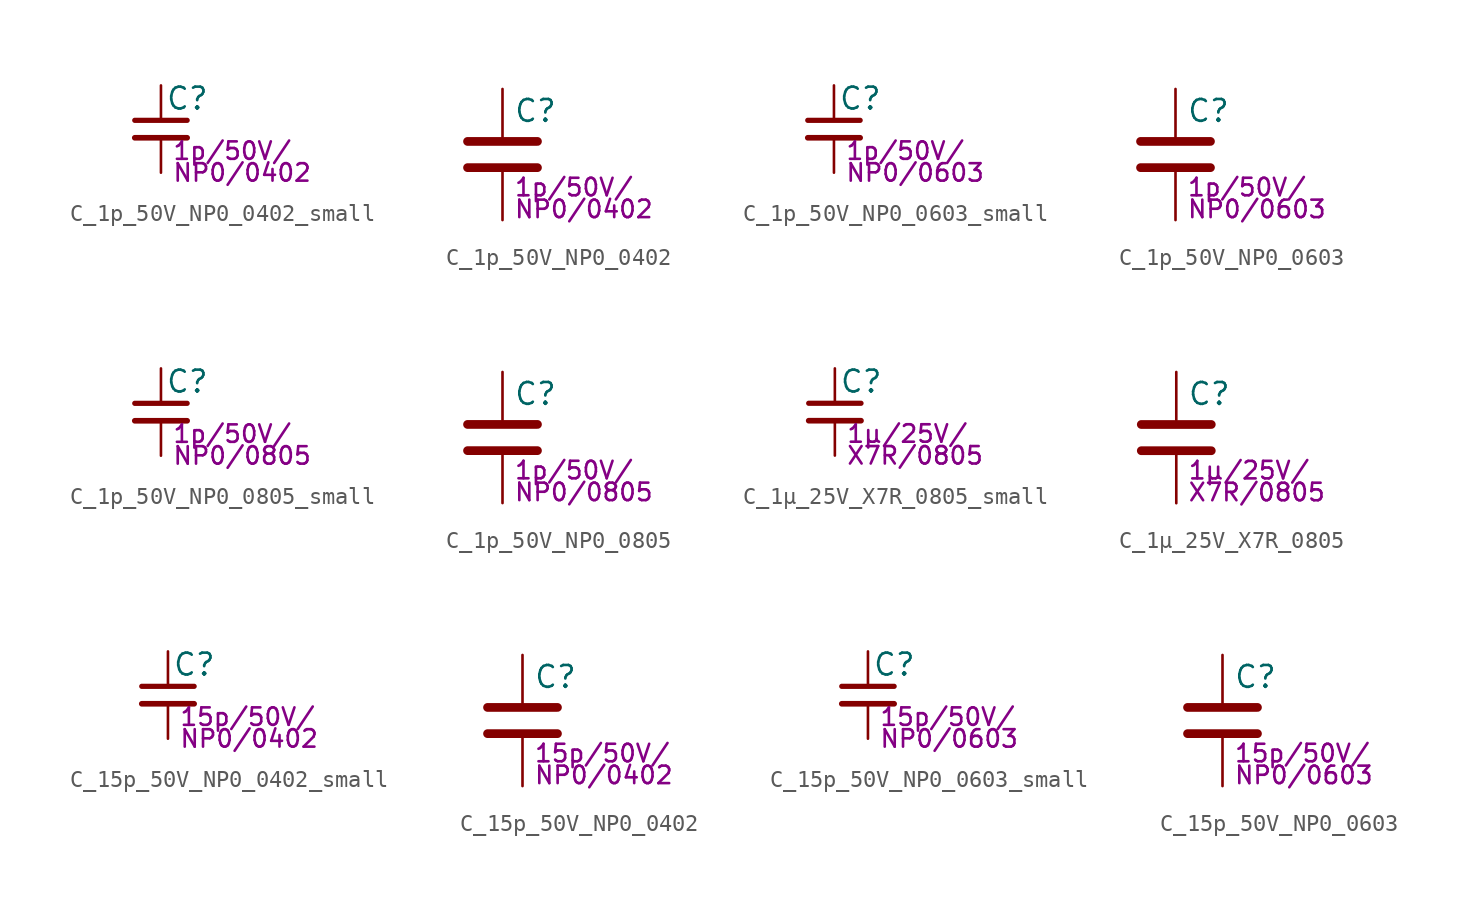
<source format=kicad_sym>
(kicad_symbol_lib
  (version 20211014)
  (generator kicad_symbol_editor)
  (symbol "C_1p_50V_NP0_0402_small"
    (pin_numbers hide)
    (pin_names
      (offset 0.254) hide)
    (property "Reference" "C"
      (at 0.254 1.778 0)
      (effects (font (size 1.27 1.27)) (justify left)))
    (property "Params" "1p/50V/"
      (at 0.635 -1.27 0)
      (effects (font (size 1.016 1.016)) (justify left)))
    (property "Params2" "NP0/0402"
      (at 0.635 -2.54 0)
      (effects (font (size 1.016 1.016)) (justify left)))
    (symbol "C_1p_50V_NP0_0402_small_0_1"
      (polyline (pts (xy -1.524 -0.508) (xy 1.524 -0.508)) (stroke (width 0.33) (type default) (color 0 0 0 0)) (fill (type none)))
      (polyline (pts (xy -1.524 0.508) (xy 1.524 0.508)) (stroke (width 0.305) (type default) (color 0 0 0 0)) (fill (type none))))
    (symbol "C_1p_50V_NP0_0402_small_1_1"
      (pin passive line (at 0 2.54 270) (length 2.032) (name "~" (effects (font (size 1.27 1.27)))) (number "1" (effects (font (size 1.27 1.27)))))
      (pin passive line (at 0 -2.54 90) (length 2.032) (name "~" (effects (font (size 1.27 1.27)))) (number "2" (effects (font (size 1.27 1.27)))))))
  (symbol "C_1p_50V_NP0_0402"
    (pin_numbers hide)
    (pin_names
      (offset 0.254))
    (property "Reference" "C"
      (at 0.635 2.54 0)
      (effects (font (size 1.27 1.27)) (justify left)))
    (property "Params" "1p/50V/"
      (at 0.635 -1.905 0)
      (effects (font (size 1.016 1.016)) (justify left)))
    (property "Params2" "NP0/0402"
      (at 0.635 -3.175 0)
      (effects (font (size 1.016 1.016)) (justify left)))
    (symbol "C_1p_50V_NP0_0402_0_1"
      (polyline (pts (xy -2.032 -0.762) (xy 2.032 -0.762)) (stroke (width 0.508) (type default) (color 0 0 0 0)) (fill (type none)))
      (polyline (pts (xy -2.032 0.762) (xy 2.032 0.762)) (stroke (width 0.508) (type default) (color 0 0 0 0)) (fill (type none))))
    (symbol "C_1p_50V_NP0_0402_1_1"
      (pin passive line (at 0 3.81 270) (length 2.794) (name "~" (effects (font (size 1.27 1.27)))) (number "1" (effects (font (size 1.27 1.27)))))
      (pin passive line (at 0 -3.81 90) (length 2.794) (name "~" (effects (font (size 1.27 1.27)))) (number "2" (effects (font (size 1.27 1.27)))))))
  (symbol "C_1p_50V_NP0_0603_small"
    (pin_numbers hide)
    (pin_names
      (offset 0.254) hide)
    (property "Reference" "C"
      (at 0.254 1.778 0)
      (effects (font (size 1.27 1.27)) (justify left)))
    (property "Params" "1p/50V/"
      (at 0.635 -1.27 0)
      (effects (font (size 1.016 1.016)) (justify left)))
    (property "Params2" "NP0/0603"
      (at 0.635 -2.54 0)
      (effects (font (size 1.016 1.016)) (justify left)))
    (symbol "C_1p_50V_NP0_0603_small_0_1"
      (polyline (pts (xy -1.524 -0.508) (xy 1.524 -0.508)) (stroke (width 0.33) (type default) (color 0 0 0 0)) (fill (type none)))
      (polyline (pts (xy -1.524 0.508) (xy 1.524 0.508)) (stroke (width 0.305) (type default) (color 0 0 0 0)) (fill (type none))))
    (symbol "C_1p_50V_NP0_0603_small_1_1"
      (pin passive line (at 0 2.54 270) (length 2.032) (name "~" (effects (font (size 1.27 1.27)))) (number "1" (effects (font (size 1.27 1.27)))))
      (pin passive line (at 0 -2.54 90) (length 2.032) (name "~" (effects (font (size 1.27 1.27)))) (number "2" (effects (font (size 1.27 1.27)))))))
  (symbol "C_1p_50V_NP0_0603"
    (pin_numbers hide)
    (pin_names
      (offset 0.254))
    (property "Reference" "C"
      (at 0.635 2.54 0)
      (effects (font (size 1.27 1.27)) (justify left)))
    (property "Params" "1p/50V/"
      (at 0.635 -1.905 0)
      (effects (font (size 1.016 1.016)) (justify left)))
    (property "Params2" "NP0/0603"
      (at 0.635 -3.175 0)
      (effects (font (size 1.016 1.016)) (justify left)))
    (symbol "C_1p_50V_NP0_0603_0_1"
      (polyline (pts (xy -2.032 -0.762) (xy 2.032 -0.762)) (stroke (width 0.508) (type default) (color 0 0 0 0)) (fill (type none)))
      (polyline (pts (xy -2.032 0.762) (xy 2.032 0.762)) (stroke (width 0.508) (type default) (color 0 0 0 0)) (fill (type none))))
    (symbol "C_1p_50V_NP0_0603_1_1"
      (pin passive line (at 0 3.81 270) (length 2.794) (name "~" (effects (font (size 1.27 1.27)))) (number "1" (effects (font (size 1.27 1.27)))))
      (pin passive line (at 0 -3.81 90) (length 2.794) (name "~" (effects (font (size 1.27 1.27)))) (number "2" (effects (font (size 1.27 1.27)))))))
  (symbol "C_1p_50V_NP0_0805_small"
    (pin_numbers hide)
    (pin_names
      (offset 0.254) hide)
    (property "Reference" "C"
      (at 0.254 1.778 0)
      (effects (font (size 1.27 1.27)) (justify left)))
    (property "Params" "1p/50V/"
      (at 0.635 -1.27 0)
      (effects (font (size 1.016 1.016)) (justify left)))
    (property "Params2" "NP0/0805"
      (at 0.635 -2.54 0)
      (effects (font (size 1.016 1.016)) (justify left)))
    (symbol "C_1p_50V_NP0_0805_small_0_1"
      (polyline (pts (xy -1.524 -0.508) (xy 1.524 -0.508)) (stroke (width 0.33) (type default) (color 0 0 0 0)) (fill (type none)))
      (polyline (pts (xy -1.524 0.508) (xy 1.524 0.508)) (stroke (width 0.305) (type default) (color 0 0 0 0)) (fill (type none))))
    (symbol "C_1p_50V_NP0_0805_small_1_1"
      (pin passive line (at 0 2.54 270) (length 2.032) (name "~" (effects (font (size 1.27 1.27)))) (number "1" (effects (font (size 1.27 1.27)))))
      (pin passive line (at 0 -2.54 90) (length 2.032) (name "~" (effects (font (size 1.27 1.27)))) (number "2" (effects (font (size 1.27 1.27)))))))
  (symbol "C_1p_50V_NP0_0805"
    (pin_numbers hide)
    (pin_names
      (offset 0.254))
    (property "Reference" "C"
      (at 0.635 2.54 0)
      (effects (font (size 1.27 1.27)) (justify left)))
    (property "Params" "1p/50V/"
      (at 0.635 -1.905 0)
      (effects (font (size 1.016 1.016)) (justify left)))
    (property "Params2" "NP0/0805"
      (at 0.635 -3.175 0)
      (effects (font (size 1.016 1.016)) (justify left)))
    (symbol "C_1p_50V_NP0_0805_0_1"
      (polyline (pts (xy -2.032 -0.762) (xy 2.032 -0.762)) (stroke (width 0.508) (type default) (color 0 0 0 0)) (fill (type none)))
      (polyline (pts (xy -2.032 0.762) (xy 2.032 0.762)) (stroke (width 0.508) (type default) (color 0 0 0 0)) (fill (type none))))
    (symbol "C_1p_50V_NP0_0805_1_1"
      (pin passive line (at 0 3.81 270) (length 2.794) (name "~" (effects (font (size 1.27 1.27)))) (number "1" (effects (font (size 1.27 1.27)))))
      (pin passive line (at 0 -3.81 90) (length 2.794) (name "~" (effects (font (size 1.27 1.27)))) (number "2" (effects (font (size 1.27 1.27)))))))
  (symbol "C_1µ_25V_X7R_0805_small"
    (pin_numbers hide)
    (pin_names
      (offset 0.254) hide)
    (property "Reference" "C"
      (at 0.254 1.778 0)
      (effects (font (size 1.27 1.27)) (justify left)))
    (property "Params" "1µ/25V/"
      (at 0.635 -1.27 0)
      (effects (font (size 1.016 1.016)) (justify left)))
    (property "Params2" "X7R/0805"
      (at 0.635 -2.54 0)
      (effects (font (size 1.016 1.016)) (justify left)))
    (symbol "C_1µ_25V_X7R_0805_small_0_1"
      (polyline (pts (xy -1.524 -0.508) (xy 1.524 -0.508)) (stroke (width 0.33) (type default) (color 0 0 0 0)) (fill (type none)))
      (polyline (pts (xy -1.524 0.508) (xy 1.524 0.508)) (stroke (width 0.305) (type default) (color 0 0 0 0)) (fill (type none))))
    (symbol "C_1µ_25V_X7R_0805_small_1_1"
      (pin passive line (at 0 2.54 270) (length 2.032) (name "~" (effects (font (size 1.27 1.27)))) (number "1" (effects (font (size 1.27 1.27)))))
      (pin passive line (at 0 -2.54 90) (length 2.032) (name "~" (effects (font (size 1.27 1.27)))) (number "2" (effects (font (size 1.27 1.27)))))))
  (symbol "C_1µ_25V_X7R_0805"
    (pin_numbers hide)
    (pin_names
      (offset 0.254))
    (property "Reference" "C"
      (at 0.635 2.54 0)
      (effects (font (size 1.27 1.27)) (justify left)))
    (property "Params" "1µ/25V/"
      (at 0.635 -1.905 0)
      (effects (font (size 1.016 1.016)) (justify left)))
    (property "Params2" "X7R/0805"
      (at 0.635 -3.175 0)
      (effects (font (size 1.016 1.016)) (justify left)))
    (symbol "C_1µ_25V_X7R_0805_0_1"
      (polyline (pts (xy -2.032 -0.762) (xy 2.032 -0.762)) (stroke (width 0.508) (type default) (color 0 0 0 0)) (fill (type none)))
      (polyline (pts (xy -2.032 0.762) (xy 2.032 0.762)) (stroke (width 0.508) (type default) (color 0 0 0 0)) (fill (type none))))
    (symbol "C_1µ_25V_X7R_0805_1_1"
      (pin passive line (at 0 3.81 270) (length 2.794) (name "~" (effects (font (size 1.27 1.27)))) (number "1" (effects (font (size 1.27 1.27)))))
      (pin passive line (at 0 -3.81 90) (length 2.794) (name "~" (effects (font (size 1.27 1.27)))) (number "2" (effects (font (size 1.27 1.27)))))))
  (symbol "C_15p_50V_NP0_0402_small"
    (pin_numbers hide)
    (pin_names
      (offset 0.254) hide)
    (property "Reference" "C"
      (at 0.254 1.778 0)
      (effects (font (size 1.27 1.27)) (justify left)))
    (property "Params" "15p/50V/"
      (at 0.635 -1.27 0)
      (effects (font (size 1.016 1.016)) (justify left)))
    (property "Params2" "NP0/0402"
      (at 0.635 -2.54 0)
      (effects (font (size 1.016 1.016)) (justify left)))
    (symbol "C_15p_50V_NP0_0402_small_0_1"
      (polyline (pts (xy -1.524 -0.508) (xy 1.524 -0.508)) (stroke (width 0.33) (type default) (color 0 0 0 0)) (fill (type none)))
      (polyline (pts (xy -1.524 0.508) (xy 1.524 0.508)) (stroke (width 0.305) (type default) (color 0 0 0 0)) (fill (type none))))
    (symbol "C_15p_50V_NP0_0402_small_1_1"
      (pin passive line (at 0 2.54 270) (length 2.032) (name "~" (effects (font (size 1.27 1.27)))) (number "1" (effects (font (size 1.27 1.27)))))
      (pin passive line (at 0 -2.54 90) (length 2.032) (name "~" (effects (font (size 1.27 1.27)))) (number "2" (effects (font (size 1.27 1.27)))))))
  (symbol "C_15p_50V_NP0_0402"
    (pin_numbers hide)
    (pin_names
      (offset 0.254))
    (property "Reference" "C"
      (at 0.635 2.54 0)
      (effects (font (size 1.27 1.27)) (justify left)))
    (property "Params" "15p/50V/"
      (at 0.635 -1.905 0)
      (effects (font (size 1.016 1.016)) (justify left)))
    (property "Params2" "NP0/0402"
      (at 0.635 -3.175 0)
      (effects (font (size 1.016 1.016)) (justify left)))
    (symbol "C_15p_50V_NP0_0402_0_1"
      (polyline (pts (xy -2.032 -0.762) (xy 2.032 -0.762)) (stroke (width 0.508) (type default) (color 0 0 0 0)) (fill (type none)))
      (polyline (pts (xy -2.032 0.762) (xy 2.032 0.762)) (stroke (width 0.508) (type default) (color 0 0 0 0)) (fill (type none))))
    (symbol "C_15p_50V_NP0_0402_1_1"
      (pin passive line (at 0 3.81 270) (length 2.794) (name "~" (effects (font (size 1.27 1.27)))) (number "1" (effects (font (size 1.27 1.27)))))
      (pin passive line (at 0 -3.81 90) (length 2.794) (name "~" (effects (font (size 1.27 1.27)))) (number "2" (effects (font (size 1.27 1.27)))))))
  (symbol "C_15p_50V_NP0_0603_small"
    (pin_numbers hide)
    (pin_names
      (offset 0.254) hide)
    (property "Reference" "C"
      (at 0.254 1.778 0)
      (effects (font (size 1.27 1.27)) (justify left)))
    (property "Params" "15p/50V/"
      (at 0.635 -1.27 0)
      (effects (font (size 1.016 1.016)) (justify left)))
    (property "Params2" "NP0/0603"
      (at 0.635 -2.54 0)
      (effects (font (size 1.016 1.016)) (justify left)))
    (symbol "C_15p_50V_NP0_0603_small_0_1"
      (polyline (pts (xy -1.524 -0.508) (xy 1.524 -0.508)) (stroke (width 0.33) (type default) (color 0 0 0 0)) (fill (type none)))
      (polyline (pts (xy -1.524 0.508) (xy 1.524 0.508)) (stroke (width 0.305) (type default) (color 0 0 0 0)) (fill (type none))))
    (symbol "C_15p_50V_NP0_0603_small_1_1"
      (pin passive line (at 0 2.54 270) (length 2.032) (name "~" (effects (font (size 1.27 1.27)))) (number "1" (effects (font (size 1.27 1.27)))))
      (pin passive line (at 0 -2.54 90) (length 2.032) (name "~" (effects (font (size 1.27 1.27)))) (number "2" (effects (font (size 1.27 1.27)))))))
  (symbol "C_15p_50V_NP0_0603"
    (pin_numbers hide)
    (pin_names
      (offset 0.254))
    (property "Reference" "C"
      (at 0.635 2.54 0)
      (effects (font (size 1.27 1.27)) (justify left)))
    (property "Params" "15p/50V/"
      (at 0.635 -1.905 0)
      (effects (font (size 1.016 1.016)) (justify left)))
    (property "Params2" "NP0/0603"
      (at 0.635 -3.175 0)
      (effects (font (size 1.016 1.016)) (justify left)))
    (symbol "C_15p_50V_NP0_0603_0_1"
      (polyline (pts (xy -2.032 -0.762) (xy 2.032 -0.762)) (stroke (width 0.508) (type default) (color 0 0 0 0)) (fill (type none)))
      (polyline (pts (xy -2.032 0.762) (xy 2.032 0.762)) (stroke (width 0.508) (type default) (color 0 0 0 0)) (fill (type none))))
    (symbol "C_15p_50V_NP0_0603_1_1"
      (pin passive line (at 0 3.81 270) (length 2.794) (name "~" (effects (font (size 1.27 1.27)))) (number "1" (effects (font (size 1.27 1.27)))))
      (pin passive line (at 0 -3.81 90) (length 2.794) (name "~" (effects (font (size 1.27 1.27)))) (number "2" (effects (font (size 1.27 1.27))))))))
</source>
